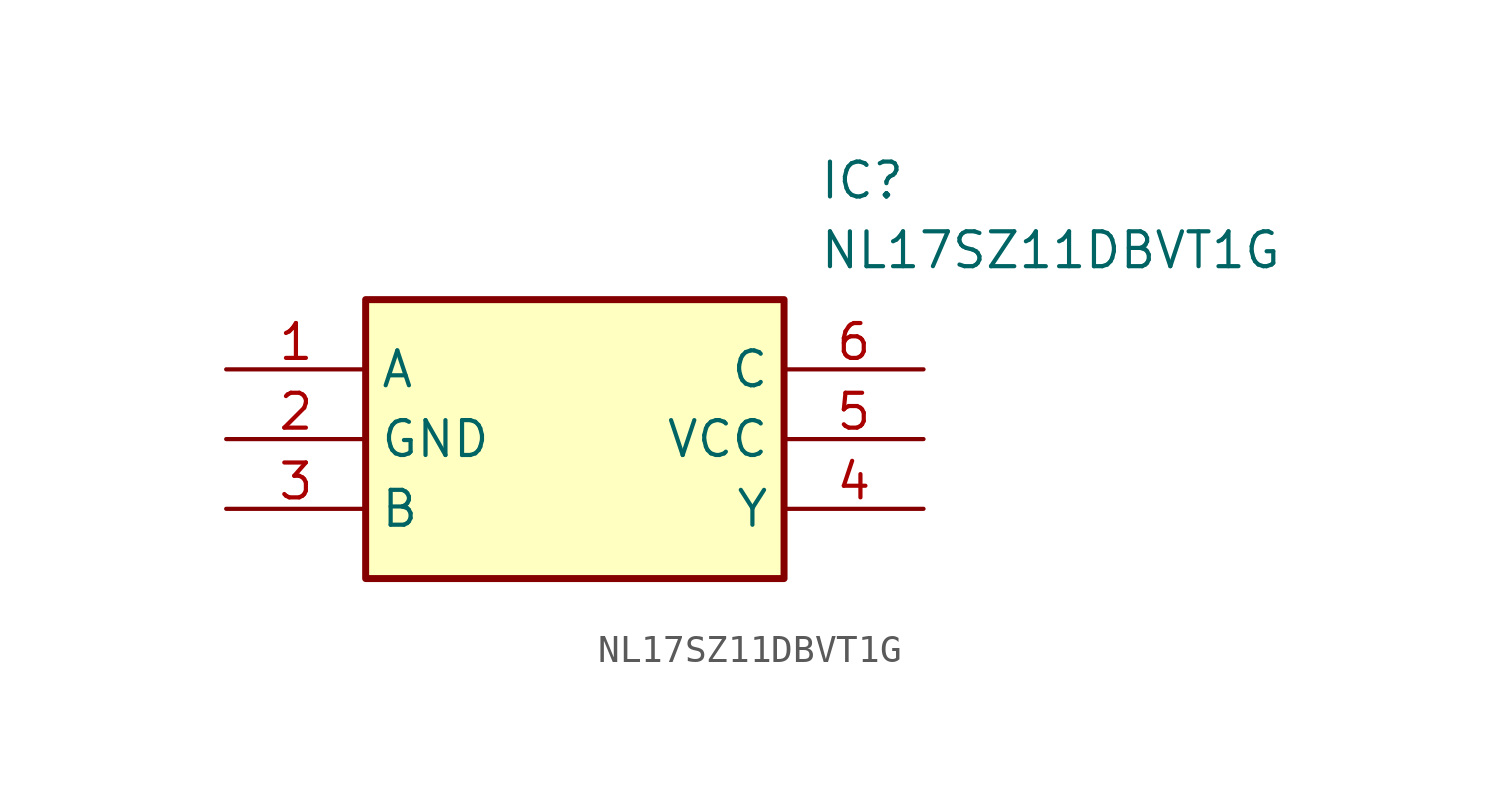
<source format=kicad_sym>
(kicad_symbol_lib
  (version 20211014)
  (generator SamacSys_ECAD_Model)
  (symbol "NL17SZ11DBVT1G"
    (property "Reference" "IC"
      (at 21.59 7.62 0)
      (effects (font (size 1.27 1.27)) (justify left top)))
    (property "Value" "NL17SZ11DBVT1G"
      (at 21.59 5.08 0)
      (effects (font (size 1.27 1.27)) (justify left top)))
    (rectangle
      (start 5.08 2.54)
      (end 20.32 -7.62)
      (stroke (width 0.254) (type default))
      (fill (type background)))
    (pin passive line
      (at 0 0 0)
      (length 5.08)
      (name "A" (effects (font (size 1.27 1.27))))
      (number "1" (effects (font (size 1.27 1.27)))))
    (pin passive line
      (at 0 -2.54 0)
      (length 5.08)
      (name "GND" (effects (font (size 1.27 1.27))))
      (number "2" (effects (font (size 1.27 1.27)))))
    (pin passive line
      (at 0 -5.08 0)
      (length 5.08)
      (name "B" (effects (font (size 1.27 1.27))))
      (number "3" (effects (font (size 1.27 1.27)))))
    (pin passive line
      (at 25.4 0 180)
      (length 5.08)
      (name "C" (effects (font (size 1.27 1.27))))
      (number "6" (effects (font (size 1.27 1.27)))))
    (pin passive line
      (at 25.4 -2.54 180)
      (length 5.08)
      (name "VCC" (effects (font (size 1.27 1.27))))
      (number "5" (effects (font (size 1.27 1.27)))))
    (pin passive line
      (at 25.4 -5.08 180)
      (length 5.08)
      (name "Y" (effects (font (size 1.27 1.27))))
      (number "4" (effects (font (size 1.27 1.27)))))))
</source>
